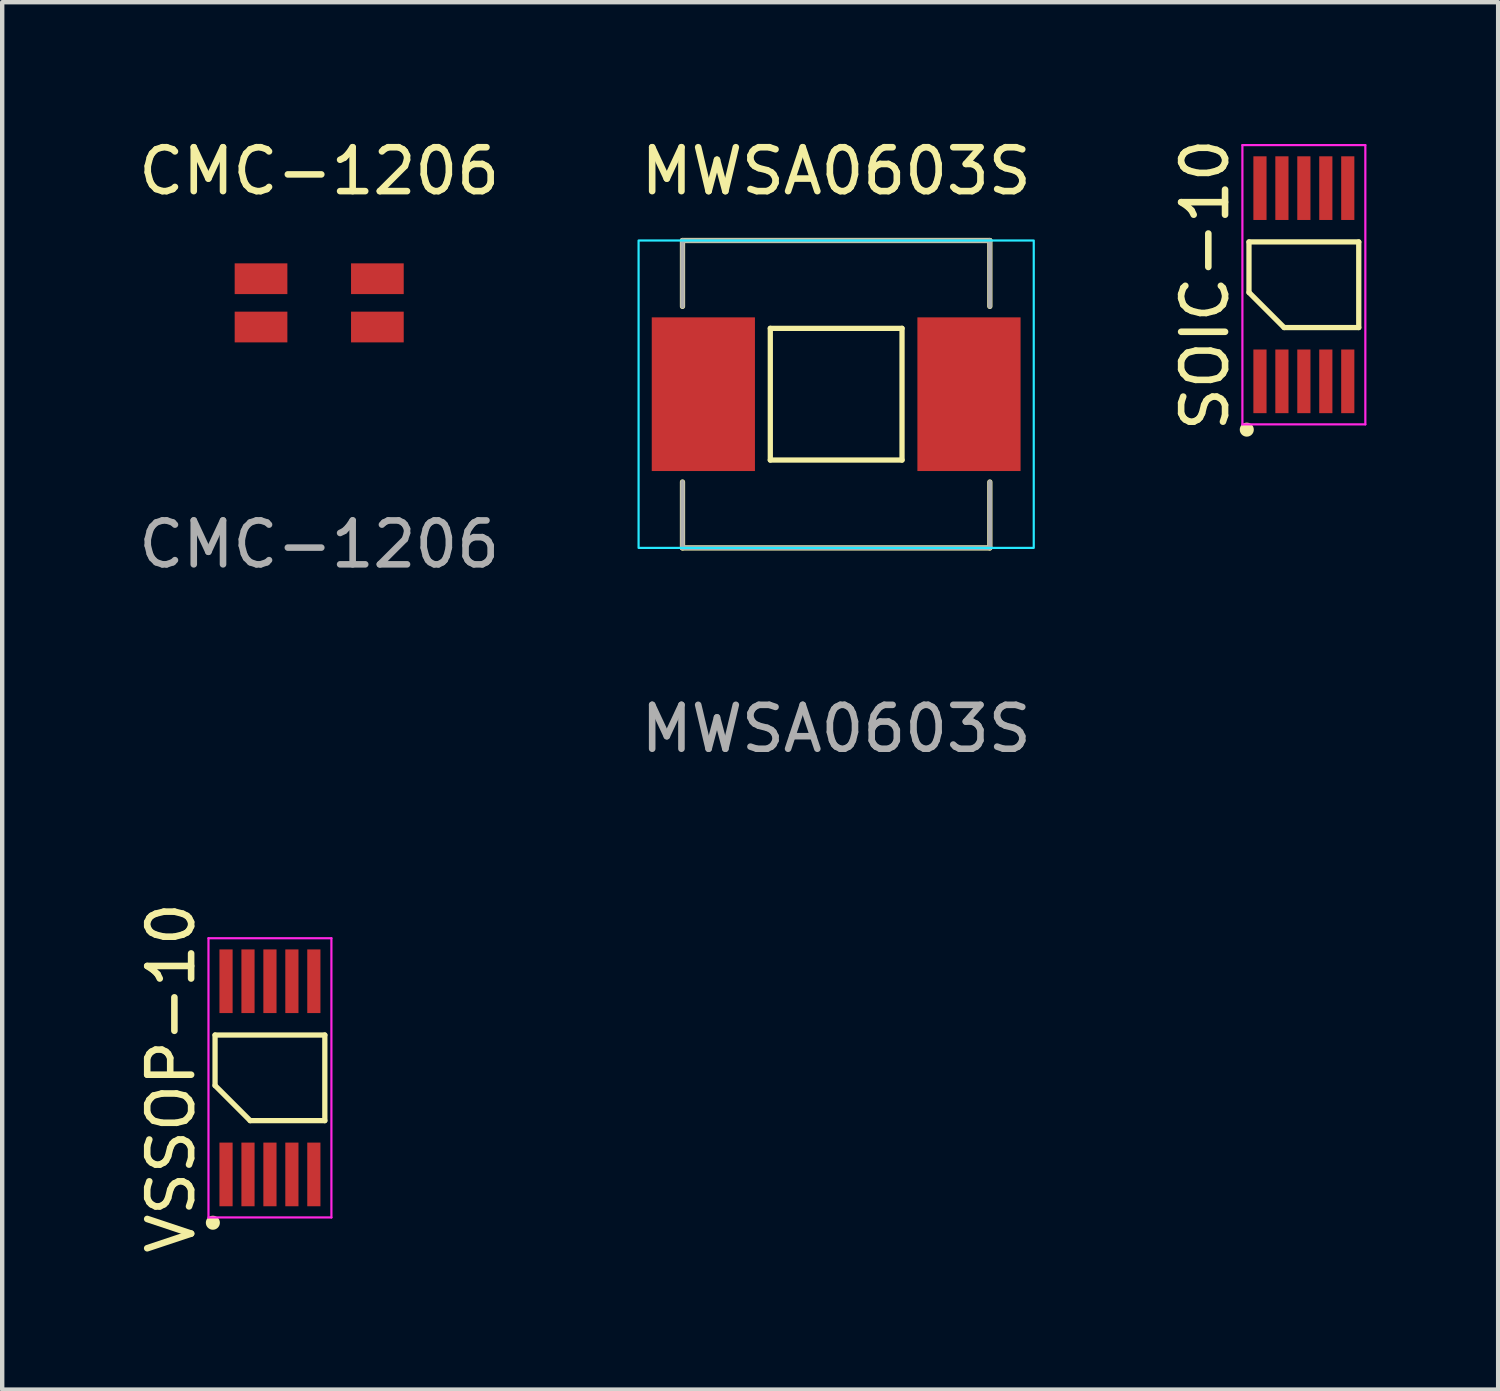
<source format=kicad_pcb>
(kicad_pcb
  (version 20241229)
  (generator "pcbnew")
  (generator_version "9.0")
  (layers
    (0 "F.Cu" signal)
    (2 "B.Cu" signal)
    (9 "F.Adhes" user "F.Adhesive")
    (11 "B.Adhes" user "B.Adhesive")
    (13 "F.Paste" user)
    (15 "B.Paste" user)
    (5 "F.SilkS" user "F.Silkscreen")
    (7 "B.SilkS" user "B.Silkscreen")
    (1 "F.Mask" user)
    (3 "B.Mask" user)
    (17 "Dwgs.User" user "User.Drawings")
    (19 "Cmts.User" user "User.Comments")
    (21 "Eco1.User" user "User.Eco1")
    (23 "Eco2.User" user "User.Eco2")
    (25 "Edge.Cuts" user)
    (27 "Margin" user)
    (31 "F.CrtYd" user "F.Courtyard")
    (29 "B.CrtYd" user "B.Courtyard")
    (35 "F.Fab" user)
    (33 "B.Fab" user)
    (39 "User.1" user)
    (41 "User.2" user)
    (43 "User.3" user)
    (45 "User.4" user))
  (footprint "VSSOP-10"
    (layer "F.Cu")
    (at 3.098 21.498)
    (property "Reference" "VSSOP-10" (at -2.25 0 90) (layer "F.SilkS") (effects (font (size 1 1) (thickness 0.15))))
    (attr smd)
    (fp_line (start -1.25 -0.975) (end 1.25 -0.975) (stroke (width 0.12) (type solid)) (layer "F.SilkS"))
    (fp_line (start -1.25 0.175) (end -1.25 -0.975) (stroke (width 0.12) (type solid)) (layer "F.SilkS"))
    (fp_line (start -0.45 0.975) (end -1.25 0.175) (stroke (width 0.12) (type solid)) (layer "F.SilkS"))
    (fp_line (start 1.25 -0.975) (end 1.25 0.975) (stroke (width 0.12) (type solid)) (layer "F.SilkS"))
    (fp_line (start 1.25 0.975) (end -0.45 0.975) (stroke (width 0.12) (type solid)) (layer "F.SilkS"))
    (fp_circle (center -1.3 3.3) (end -1.3 3.3) (stroke (width 0.12) (type solid)) (fill no) (layer "F.SilkS"))
    (fp_circle (center -1.3 3.3) (end -1.2 3.3) (stroke (width 0.12) (type solid)) (fill no) (layer "F.SilkS"))
    (fp_line (start -1.4 -3.18) (end 1.4 -3.18) (stroke (width 0.05) (type solid)) (layer "F.CrtYd"))
    (fp_line (start -1.4 3.18) (end -1.4 -3.18) (stroke (width 0.05) (type solid)) (layer "F.CrtYd"))
    (fp_line (start 1.4 -3.18) (end 1.4 3.18) (stroke (width 0.05) (type solid)) (layer "F.CrtYd"))
    (fp_line (start 1.4 3.18) (end -1.4 3.18) (stroke (width 0.05) (type solid)) (layer "F.CrtYd"))
    (pad "1" smd rect (at -1 2.2) (size 0.3 1.45) (layers "F.Cu" "F.Mask" "F.Paste"))
    (pad "2" smd rect (at -0.5 2.2) (size 0.3 1.45) (layers "F.Cu" "F.Mask" "F.Paste"))
    (pad "3" smd rect (at 0 2.2) (size 0.3 1.45) (layers "F.Cu" "F.Mask" "F.Paste"))
    (pad "4" smd rect (at 0.5 2.2) (size 0.3 1.45) (layers "F.Cu" "F.Mask" "F.Paste"))
    (pad "5" smd rect (at 1 2.2) (size 0.3 1.45) (layers "F.Cu" "F.Mask" "F.Paste"))
    (pad "6" smd rect (at 1 -2.2) (size 0.3 1.45) (layers "F.Cu" "F.Mask" "F.Paste"))
    (pad "7" smd rect (at 0.5 -2.2) (size 0.3 1.45) (layers "F.Cu" "F.Mask" "F.Paste"))
    (pad "8" smd rect (at 0 -2.2) (size 0.3 1.45) (layers "F.Cu" "F.Mask" "F.Paste"))
    (pad "9" smd rect (at -0.5 -2.2) (size 0.3 1.45) (layers "F.Cu" "F.Mask" "F.Paste"))
    (pad "10" smd rect (at -1 -2.2) (size 0.3 1.45) (layers "F.Cu" "F.Mask" "F.Paste")))
  (footprint "MWSA0603S"
    (layer "F.Cu")
    (at 15.994 5.928)
    (property "Reference" "MWSA0603S" (at 0 -5.08 0) (unlocked yes) (layer "F.SilkS") (effects (font (size 1 1) (thickness 0.15))))
    (attr smd)
    (fp_line (start -3.5 -3.5) (end 3.5 -3.5) (stroke (width 0.12) (type solid)) (layer "F.SilkS"))
    (fp_line (start -3.5 -2) (end -3.5 -3.5) (stroke (width 0.12) (type solid)) (layer "F.SilkS"))
    (fp_line (start -3.5 2) (end -3.5 3.5) (stroke (width 0.12) (type solid)) (layer "F.SilkS"))
    (fp_line (start -3.5 3.5) (end 3.5 3.5) (stroke (width 0.12) (type solid)) (layer "F.SilkS"))
    (fp_line (start -1.5 -1.5) (end -1.5 1.5) (stroke (width 0.12) (type solid)) (layer "F.SilkS"))
    (fp_line (start -1.5 1.5) (end 1.5 1.5) (stroke (width 0.12) (type solid)) (layer "F.SilkS"))
    (fp_line (start 1.5 -1.5) (end -1.5 -1.5) (stroke (width 0.12) (type solid)) (layer "F.SilkS"))
    (fp_line (start 1.5 1.5) (end 1.5 -1.5) (stroke (width 0.12) (type solid)) (layer "F.SilkS"))
    (fp_line (start 3.5 -3.5) (end 3.5 -2) (stroke (width 0.12) (type solid)) (layer "F.SilkS"))
    (fp_line (start 3.5 3.5) (end 3.5 2) (stroke (width 0.12) (type solid)) (layer "F.SilkS"))
    (fp_rect (start -4.5 -3.5) (end 4.5 3.5) (stroke (width 0.05) (type solid)) (fill no) (layer "B.CrtYd"))
    (fp_line (start -3.5 -3.5) (end 3.5 -3.5) (stroke (width 0.1) (type solid)) (layer "F.Fab"))
    (fp_line (start -3.5 -2) (end -3.5 -3.5) (stroke (width 0.1) (type solid)) (layer "F.Fab"))
    (fp_line (start -3.5 2) (end -3.5 3.5) (stroke (width 0.1) (type solid)) (layer "F.Fab"))
    (fp_line (start -3.5 3.5) (end 3.5 3.5) (stroke (width 0.1) (type solid)) (layer "F.Fab"))
    (fp_line (start 3.5 -3.5) (end 3.5 -2) (stroke (width 0.1) (type solid)) (layer "F.Fab"))
    (fp_line (start 3.5 3.5) (end 3.5 2) (stroke (width 0.1) (type solid)) (layer "F.Fab"))
    (fp_text user "${REFERENCE}" (at 0 7.62 0) (unlocked yes) (layer "F.Fab") (effects (font (size 1 1) (thickness 0.15))))
    (pad "1" smd rect (at -3.025 0) (size 2.35 3.5) (layers "F.Cu" "F.Mask" "F.Paste"))
    (pad "2" smd rect (at 3.025 0) (size 2.35 3.5) (layers "F.Cu" "F.Mask" "F.Paste")))
  (footprint "SOIC-10"
    (layer "F.Cu")
    (at 26.646 3.435)
    (property "Reference" "SOIC-10" (at -2.25 0 90) (layer "F.SilkS") (effects (font (size 1 1) (thickness 0.15))))
    (attr smd)
    (fp_line (start -1.25 -0.975) (end 1.25 -0.975) (stroke (width 0.12) (type solid)) (layer "F.SilkS"))
    (fp_line (start -1.25 0.175) (end -1.25 -0.975) (stroke (width 0.12) (type solid)) (layer "F.SilkS"))
    (fp_line (start -0.45 0.975) (end -1.25 0.175) (stroke (width 0.12) (type solid)) (layer "F.SilkS"))
    (fp_line (start 1.25 -0.975) (end 1.25 0.975) (stroke (width 0.12) (type solid)) (layer "F.SilkS"))
    (fp_line (start 1.25 0.975) (end -0.45 0.975) (stroke (width 0.12) (type solid)) (layer "F.SilkS"))
    (fp_circle (center -1.3 3.3) (end -1.3 3.3) (stroke (width 0.12) (type solid)) (fill no) (layer "F.SilkS"))
    (fp_circle (center -1.3 3.3) (end -1.2 3.3) (stroke (width 0.12) (type solid)) (fill no) (layer "F.SilkS"))
    (fp_line (start -1.4 -3.18) (end 1.4 -3.18) (stroke (width 0.05) (type solid)) (layer "F.CrtYd"))
    (fp_line (start -1.4 3.18) (end -1.4 -3.18) (stroke (width 0.05) (type solid)) (layer "F.CrtYd"))
    (fp_line (start 1.4 -3.18) (end 1.4 3.18) (stroke (width 0.05) (type solid)) (layer "F.CrtYd"))
    (fp_line (start 1.4 3.18) (end -1.4 3.18) (stroke (width 0.05) (type solid)) (layer "F.CrtYd"))
    (pad "1" smd rect (at -1 2.2) (size 0.3 1.45) (layers "F.Cu" "F.Mask" "F.Paste"))
    (pad "2" smd rect (at -0.5 2.2) (size 0.3 1.45) (layers "F.Cu" "F.Mask" "F.Paste"))
    (pad "3" smd rect (at 0 2.2) (size 0.3 1.45) (layers "F.Cu" "F.Mask" "F.Paste"))
    (pad "4" smd rect (at 0.5 2.2) (size 0.3 1.45) (layers "F.Cu" "F.Mask" "F.Paste"))
    (pad "5" smd rect (at 1 2.2) (size 0.3 1.45) (layers "F.Cu" "F.Mask" "F.Paste"))
    (pad "6" smd rect (at 1 -2.2) (size 0.3 1.45) (layers "F.Cu" "F.Mask" "F.Paste"))
    (pad "7" smd rect (at 0.5 -2.2) (size 0.3 1.45) (layers "F.Cu" "F.Mask" "F.Paste"))
    (pad "8" smd rect (at 0 -2.2) (size 0.3 1.45) (layers "F.Cu" "F.Mask" "F.Paste"))
    (pad "9" smd rect (at -0.5 -2.2) (size 0.3 1.45) (layers "F.Cu" "F.Mask" "F.Paste"))
    (pad "10" smd rect (at -1 -2.2) (size 0.3 1.45) (layers "F.Cu" "F.Mask" "F.Paste")))
  (footprint "CMC-1206"
    (layer "F.Cu")
    (at 4.22 3.848)
    (property "Reference" "CMC-1206" (at 0 -3 0) (unlocked yes) (layer "F.SilkS") (effects (font (size 1 1) (thickness 0.15))))
    (attr smd)
    (fp_text user "${REFERENCE}" (at 0 5.5 0) (unlocked yes) (layer "F.Fab") (effects (font (size 1 1) (thickness 0.15))))
    (pad "1" smd rect (at -1.325 -0.55) (size 1.2 0.7) (layers "F.Cu" "F.Mask" "F.Paste"))
    (pad "2" smd rect (at -1.325 0.55) (size 1.2 0.7) (layers "F.Cu" "F.Mask" "F.Paste"))
    (pad "3" smd rect (at 1.325 0.55) (size 1.2 0.7) (layers "F.Cu" "F.Mask" "F.Paste"))
    (pad "4" smd rect (at 1.325 -0.55) (size 1.2 0.7) (layers "F.Cu" "F.Mask" "F.Paste")))
  (gr_rect
    (start -3 -3)
    (end 31.071 28.599)
    (stroke (width 0.1) (type default))
    (fill no)
    (layer "Edge.Cuts")))
</source>
